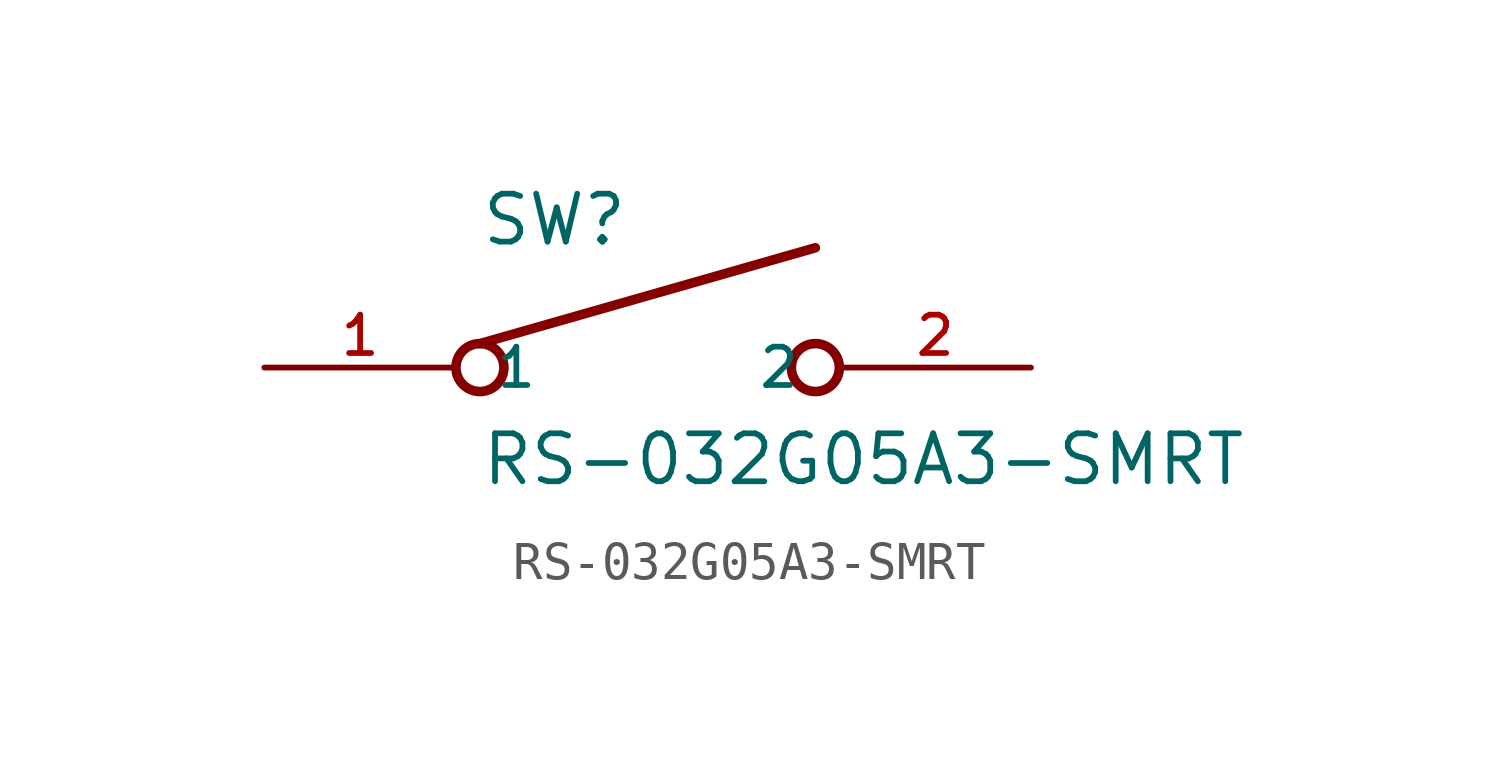
<source format=kicad_sym>
(kicad_symbol_lib
  (version 20211014)
  (generator kicad_symbol_editor)
  (symbol "RS-032G05A3-SMRT"
    (pin_names
      (offset 1.016))
    (property "Reference" "SW"
      (at -4.446 3.175 0)
      (effects (font (size 1.27 1.27)) (justify bottom left)))
    (property "Value" "RS-032G05A3-SMRT"
      (at -4.447 -3.176 0)
      (effects (font (size 1.27 1.27)) (justify bottom left)))
    (symbol "RS-032G05A3-SMRT_0_0"
      (circle (center -4.445 0.0) (radius 0.635) (stroke (width 0.254)) (fill (type none)))
      (circle (center 4.445 0.0) (radius 0.635) (stroke (width 0.254)) (fill (type none)))
      (polyline (pts (xy -4.445 0.635) (xy 4.445 3.175)) (stroke (width 0.254)))
      (pin passive line (at -10.16 0.0 0) (length 5.08) (name "1" (effects (font (size 1.016 1.016)))) (number "1" (effects (font (size 1.016 1.016)))))
      (pin passive line (at 10.16 0.0 180.0) (length 5.08) (name "2" (effects (font (size 1.016 1.016)))) (number "2" (effects (font (size 1.016 1.016))))))))
</source>
